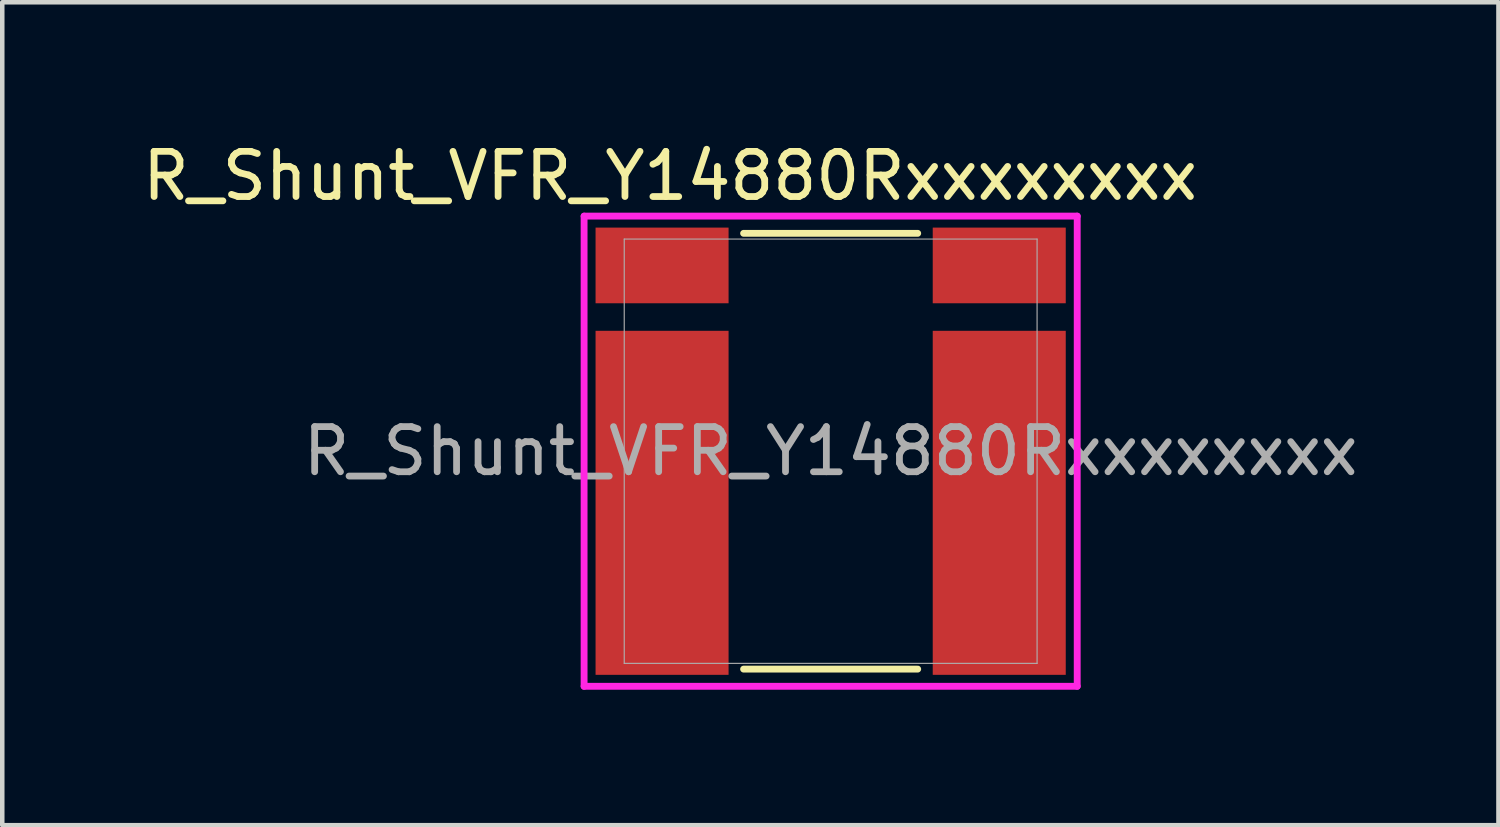
<source format=kicad_pcb>
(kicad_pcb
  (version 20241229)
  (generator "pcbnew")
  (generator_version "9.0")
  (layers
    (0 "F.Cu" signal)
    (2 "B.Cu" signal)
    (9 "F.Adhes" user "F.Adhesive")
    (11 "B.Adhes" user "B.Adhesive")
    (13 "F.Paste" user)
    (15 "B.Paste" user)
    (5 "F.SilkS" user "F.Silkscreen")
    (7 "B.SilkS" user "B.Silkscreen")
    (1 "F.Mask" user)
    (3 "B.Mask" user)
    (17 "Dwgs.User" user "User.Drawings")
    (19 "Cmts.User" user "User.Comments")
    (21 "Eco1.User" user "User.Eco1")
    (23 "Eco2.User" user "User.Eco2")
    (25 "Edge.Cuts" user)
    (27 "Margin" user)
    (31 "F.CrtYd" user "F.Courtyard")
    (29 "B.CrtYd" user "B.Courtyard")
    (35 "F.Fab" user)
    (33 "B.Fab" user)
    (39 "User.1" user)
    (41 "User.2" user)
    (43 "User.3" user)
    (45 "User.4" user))
  (footprint "R_Shunt_VFR_Y14880Rxxxxxxxx"
    (layer "F.Cu")
    (at 15.348 6.944)
    (property "Reference" "R_Shunt_VFR_Y14880Rxxxxxxxx" (at -3.556 -6.096 0) (unlocked yes) (layer "F.SilkS") (effects (font (size 1 1) (thickness 0.15))))
    (attr smd)
    (fp_line (start -1.928 4.826) (end 1.928 4.826) (stroke (width 0.152) (type solid)) (layer "F.SilkS"))
    (fp_line (start 1.928 -4.826) (end -1.928 -4.826) (stroke (width 0.152) (type solid)) (layer "F.SilkS"))
    (fp_line (start -5.461 -5.207) (end 5.461 -5.207) (stroke (width 0.152) (type solid)) (layer "F.CrtYd"))
    (fp_line (start -5.461 5.207) (end -5.461 -5.207) (stroke (width 0.152) (type solid)) (layer "F.CrtYd"))
    (fp_line (start 5.461 -5.207) (end 5.461 5.207) (stroke (width 0.152) (type solid)) (layer "F.CrtYd"))
    (fp_line (start 5.461 5.207) (end -5.461 5.207) (stroke (width 0.152) (type solid)) (layer "F.CrtYd"))
    (fp_line (start -4.572 -4.699) (end -4.572 4.699) (stroke (width 0.025) (type solid)) (layer "F.Fab"))
    (fp_line (start -4.572 4.699) (end 4.572 4.699) (stroke (width 0.025) (type solid)) (layer "F.Fab"))
    (fp_line (start 4.572 -4.699) (end -4.572 -4.699) (stroke (width 0.025) (type solid)) (layer "F.Fab"))
    (fp_line (start 4.572 4.699) (end 4.572 -4.699) (stroke (width 0.025) (type solid)) (layer "F.Fab"))
    (fp_text user "${REFERENCE}" (at 0 0 0) (unlocked yes) (layer "F.Fab") (effects (font (size 1 1) (thickness 0.15))))
    (pad "1" smd rect (at -3.734 1.143) (size 2.946 7.62) (layers "F.Cu" "F.Mask" "F.Paste"))
    (pad "2" smd rect (at -3.734 -4.115) (size 2.946 1.676) (layers "F.Cu" "F.Mask" "F.Paste"))
    (pad "3" smd rect (at 3.734 -4.115) (size 2.946 1.676) (layers "F.Cu" "F.Mask" "F.Paste"))
    (pad "4" smd rect (at 3.734 1.143) (size 2.946 7.62) (layers "F.Cu" "F.Mask" "F.Paste"))
    (zone (net_name "") (layer "F.Cu") (hatch full 0.508) (connect_pads) (min_thickness 0.254) (filled_areas_thickness no) (keepout (tracks not_allowed) (vias not_allowed) (pads allowed) (copperpour not_allowed) (footprints allowed)) (placement (enabled no)) (fill) (polygon (pts (xy 13.138 2.296) (xy 17.557 2.296) (xy 17.557 11.592) (xy 13.138 11.592)))))
  (gr_rect
    (start -3 -3)
    (end 30.139 15.227)
    (stroke (width 0.1) (type default))
    (fill no)
    (layer "Edge.Cuts")))
</source>
